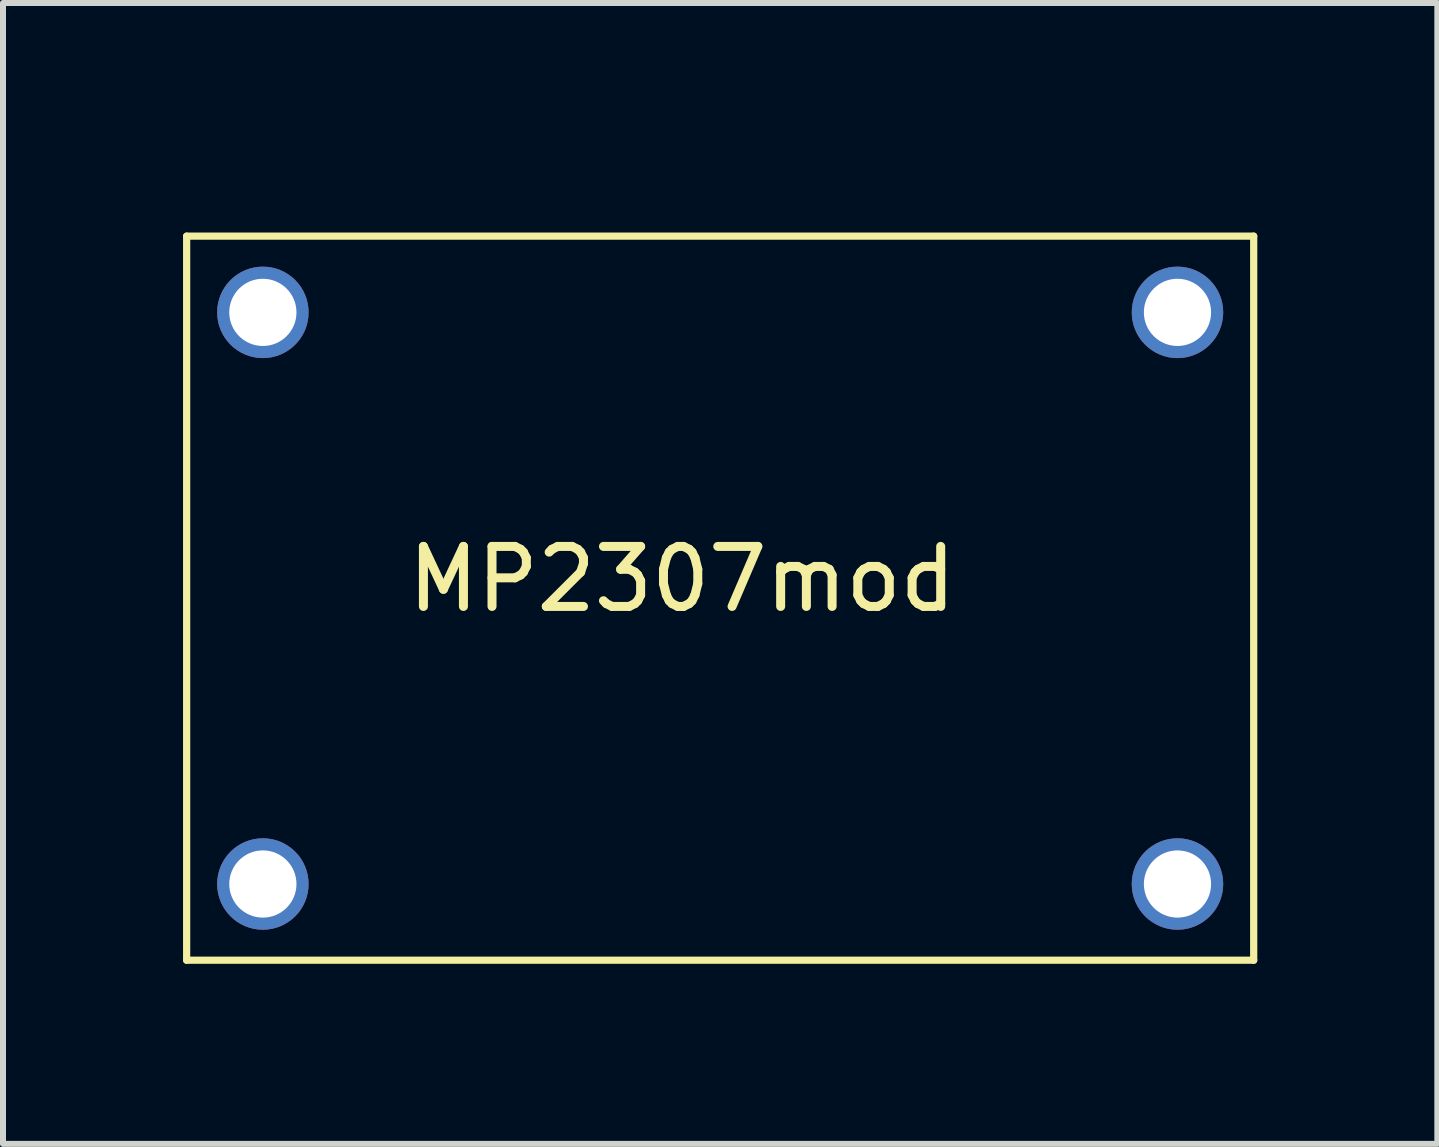
<source format=kicad_pcb>
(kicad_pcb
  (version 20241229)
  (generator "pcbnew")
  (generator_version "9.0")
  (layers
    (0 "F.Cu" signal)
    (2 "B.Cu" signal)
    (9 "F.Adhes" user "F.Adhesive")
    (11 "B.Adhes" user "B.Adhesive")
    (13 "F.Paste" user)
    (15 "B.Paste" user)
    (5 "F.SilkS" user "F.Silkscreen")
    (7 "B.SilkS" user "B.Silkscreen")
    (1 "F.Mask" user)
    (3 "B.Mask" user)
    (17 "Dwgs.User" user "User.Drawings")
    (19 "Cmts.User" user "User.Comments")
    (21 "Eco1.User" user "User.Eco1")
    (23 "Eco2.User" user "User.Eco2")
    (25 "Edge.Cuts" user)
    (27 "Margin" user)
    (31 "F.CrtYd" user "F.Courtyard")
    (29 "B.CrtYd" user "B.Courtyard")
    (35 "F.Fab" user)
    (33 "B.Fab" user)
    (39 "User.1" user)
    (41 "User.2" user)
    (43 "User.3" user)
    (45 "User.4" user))
  (footprint "MP2307mod"
    (layer "F.Cu")
    (at 8.315 0.25)
    (property "Reference" "MP2307mod" (at 0 6.35 0) (layer "F.SilkS") (effects (font (size 1 1) (thickness 0.15))))
    (attr through_hole)
    (fp_line (start -8.255 0.635) (end -8.255 12.7) (stroke (width 0.12) (type solid)) (layer "F.SilkS"))
    (fp_line (start -8.255 12.7) (end 9.525 12.7) (stroke (width 0.12) (type solid)) (layer "F.SilkS"))
    (fp_line (start 9.525 0.635) (end -8.255 0.635) (stroke (width 0.12) (type solid)) (layer "F.SilkS"))
    (fp_line (start 9.525 12.7) (end 9.525 0.635) (stroke (width 0.12) (type solid)) (layer "F.SilkS"))
    (pad "1" thru_hole circle (at -6.985 1.905) (size 1.524 1.524) (drill 1.12) (layers "*.Cu" "*.Mask"))
    (pad "2" thru_hole circle (at -6.985 11.43) (size 1.524 1.524) (drill 1.12) (layers "*.Cu" "*.Mask"))
    (pad "3" thru_hole circle (at 8.255 1.905) (size 1.524 1.524) (drill 1.12) (layers "*.Cu" "*.Mask"))
    (pad "4" thru_hole circle (at 8.255 11.43) (size 1.524 1.524) (drill 1.12) (layers "*.Cu" "*.Mask")))
  (gr_rect
    (start -3 -3)
    (end 20.9 16.01)
    (stroke (width 0.1) (type default))
    (fill no)
    (layer "Edge.Cuts")))
</source>
